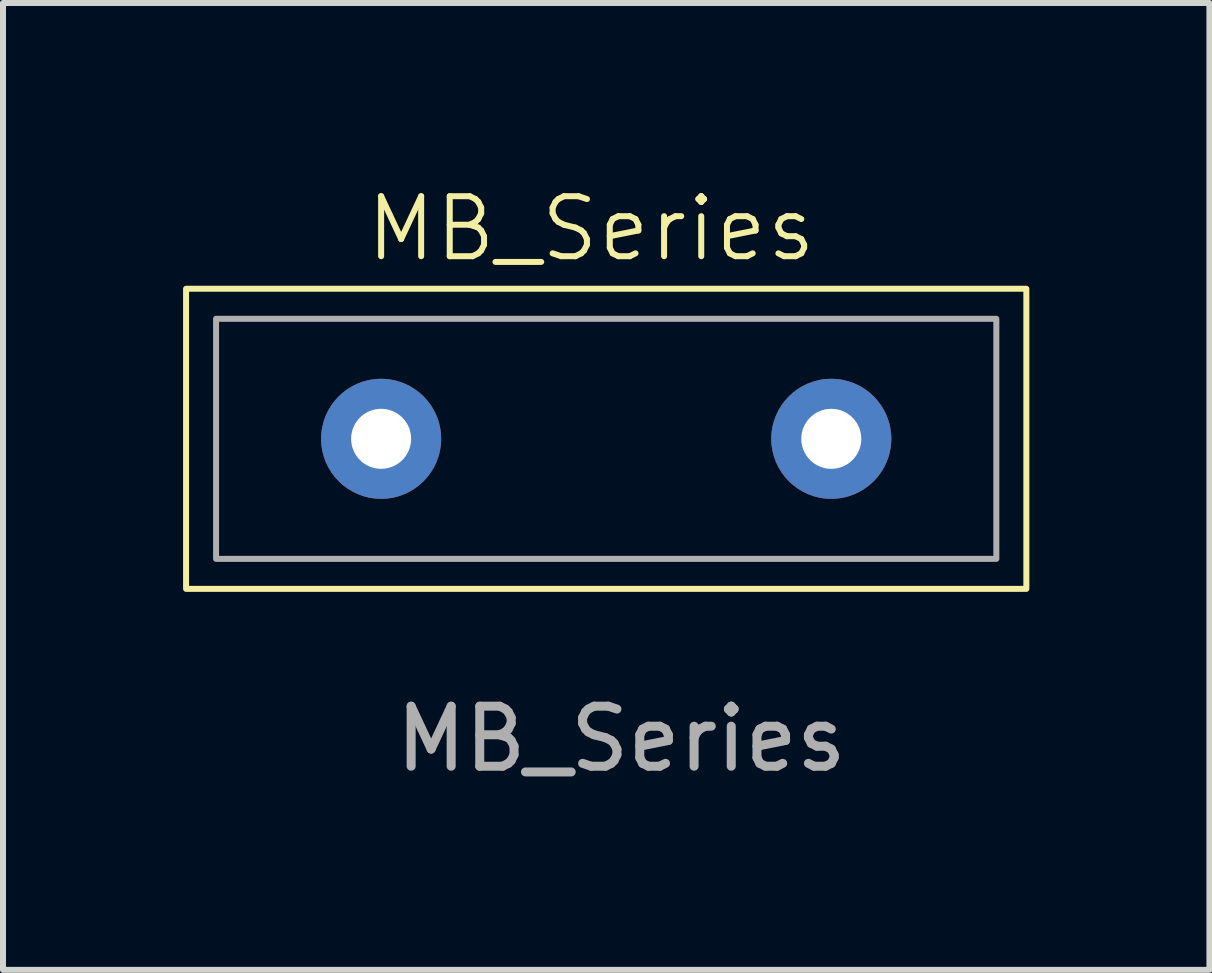
<source format=kicad_pcb>
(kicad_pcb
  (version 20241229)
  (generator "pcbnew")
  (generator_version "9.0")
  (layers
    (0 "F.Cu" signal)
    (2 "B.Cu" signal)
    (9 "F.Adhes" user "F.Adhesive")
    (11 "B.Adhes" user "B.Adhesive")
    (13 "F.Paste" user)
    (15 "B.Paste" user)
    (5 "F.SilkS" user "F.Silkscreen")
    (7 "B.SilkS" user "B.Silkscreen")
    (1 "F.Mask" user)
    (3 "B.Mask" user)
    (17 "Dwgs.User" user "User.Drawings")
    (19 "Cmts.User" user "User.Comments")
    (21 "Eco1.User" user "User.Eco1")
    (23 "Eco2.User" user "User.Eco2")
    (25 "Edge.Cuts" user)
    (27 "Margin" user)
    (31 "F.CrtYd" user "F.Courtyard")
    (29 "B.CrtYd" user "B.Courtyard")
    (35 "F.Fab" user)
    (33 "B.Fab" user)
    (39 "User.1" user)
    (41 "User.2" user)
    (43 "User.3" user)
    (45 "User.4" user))
  (footprint "MB_Series"
    (layer "F.Cu")
    (at 3.3 4.261)
    (property "Reference" "MB_Series" (at 3.5 -3.5 0) (unlocked yes) (layer "F.SilkS") (effects (font (size 1 1) (thickness 0.1))))
    (attr through_hole)
    (fp_rect (start -3.25 -2.5) (end 10.75 2.5) (stroke (width 0.1) (type default)) (fill no) (layer "F.SilkS"))
    (fp_rect (start -2.75 -2) (end 10.25 2) (stroke (width 0.1) (type default)) (fill no) (layer "F.Fab"))
    (fp_text user "${REFERENCE}" (at 4 5 0) (unlocked yes) (layer "F.Fab") (effects (font (size 1 1) (thickness 0.15))))
    (pad "1" thru_hole circle (at 0 0) (size 2 2) (drill 1) (layers "*.Cu" "*.Mask"))
    (pad "2" thru_hole circle (at 7.5 0) (size 2 2) (drill 1) (layers "*.Cu" "*.Mask")))
  (gr_rect
    (start -3 -3)
    (end 17.1 13.109)
    (stroke (width 0.1) (type default))
    (fill no)
    (layer "Edge.Cuts")))
</source>
